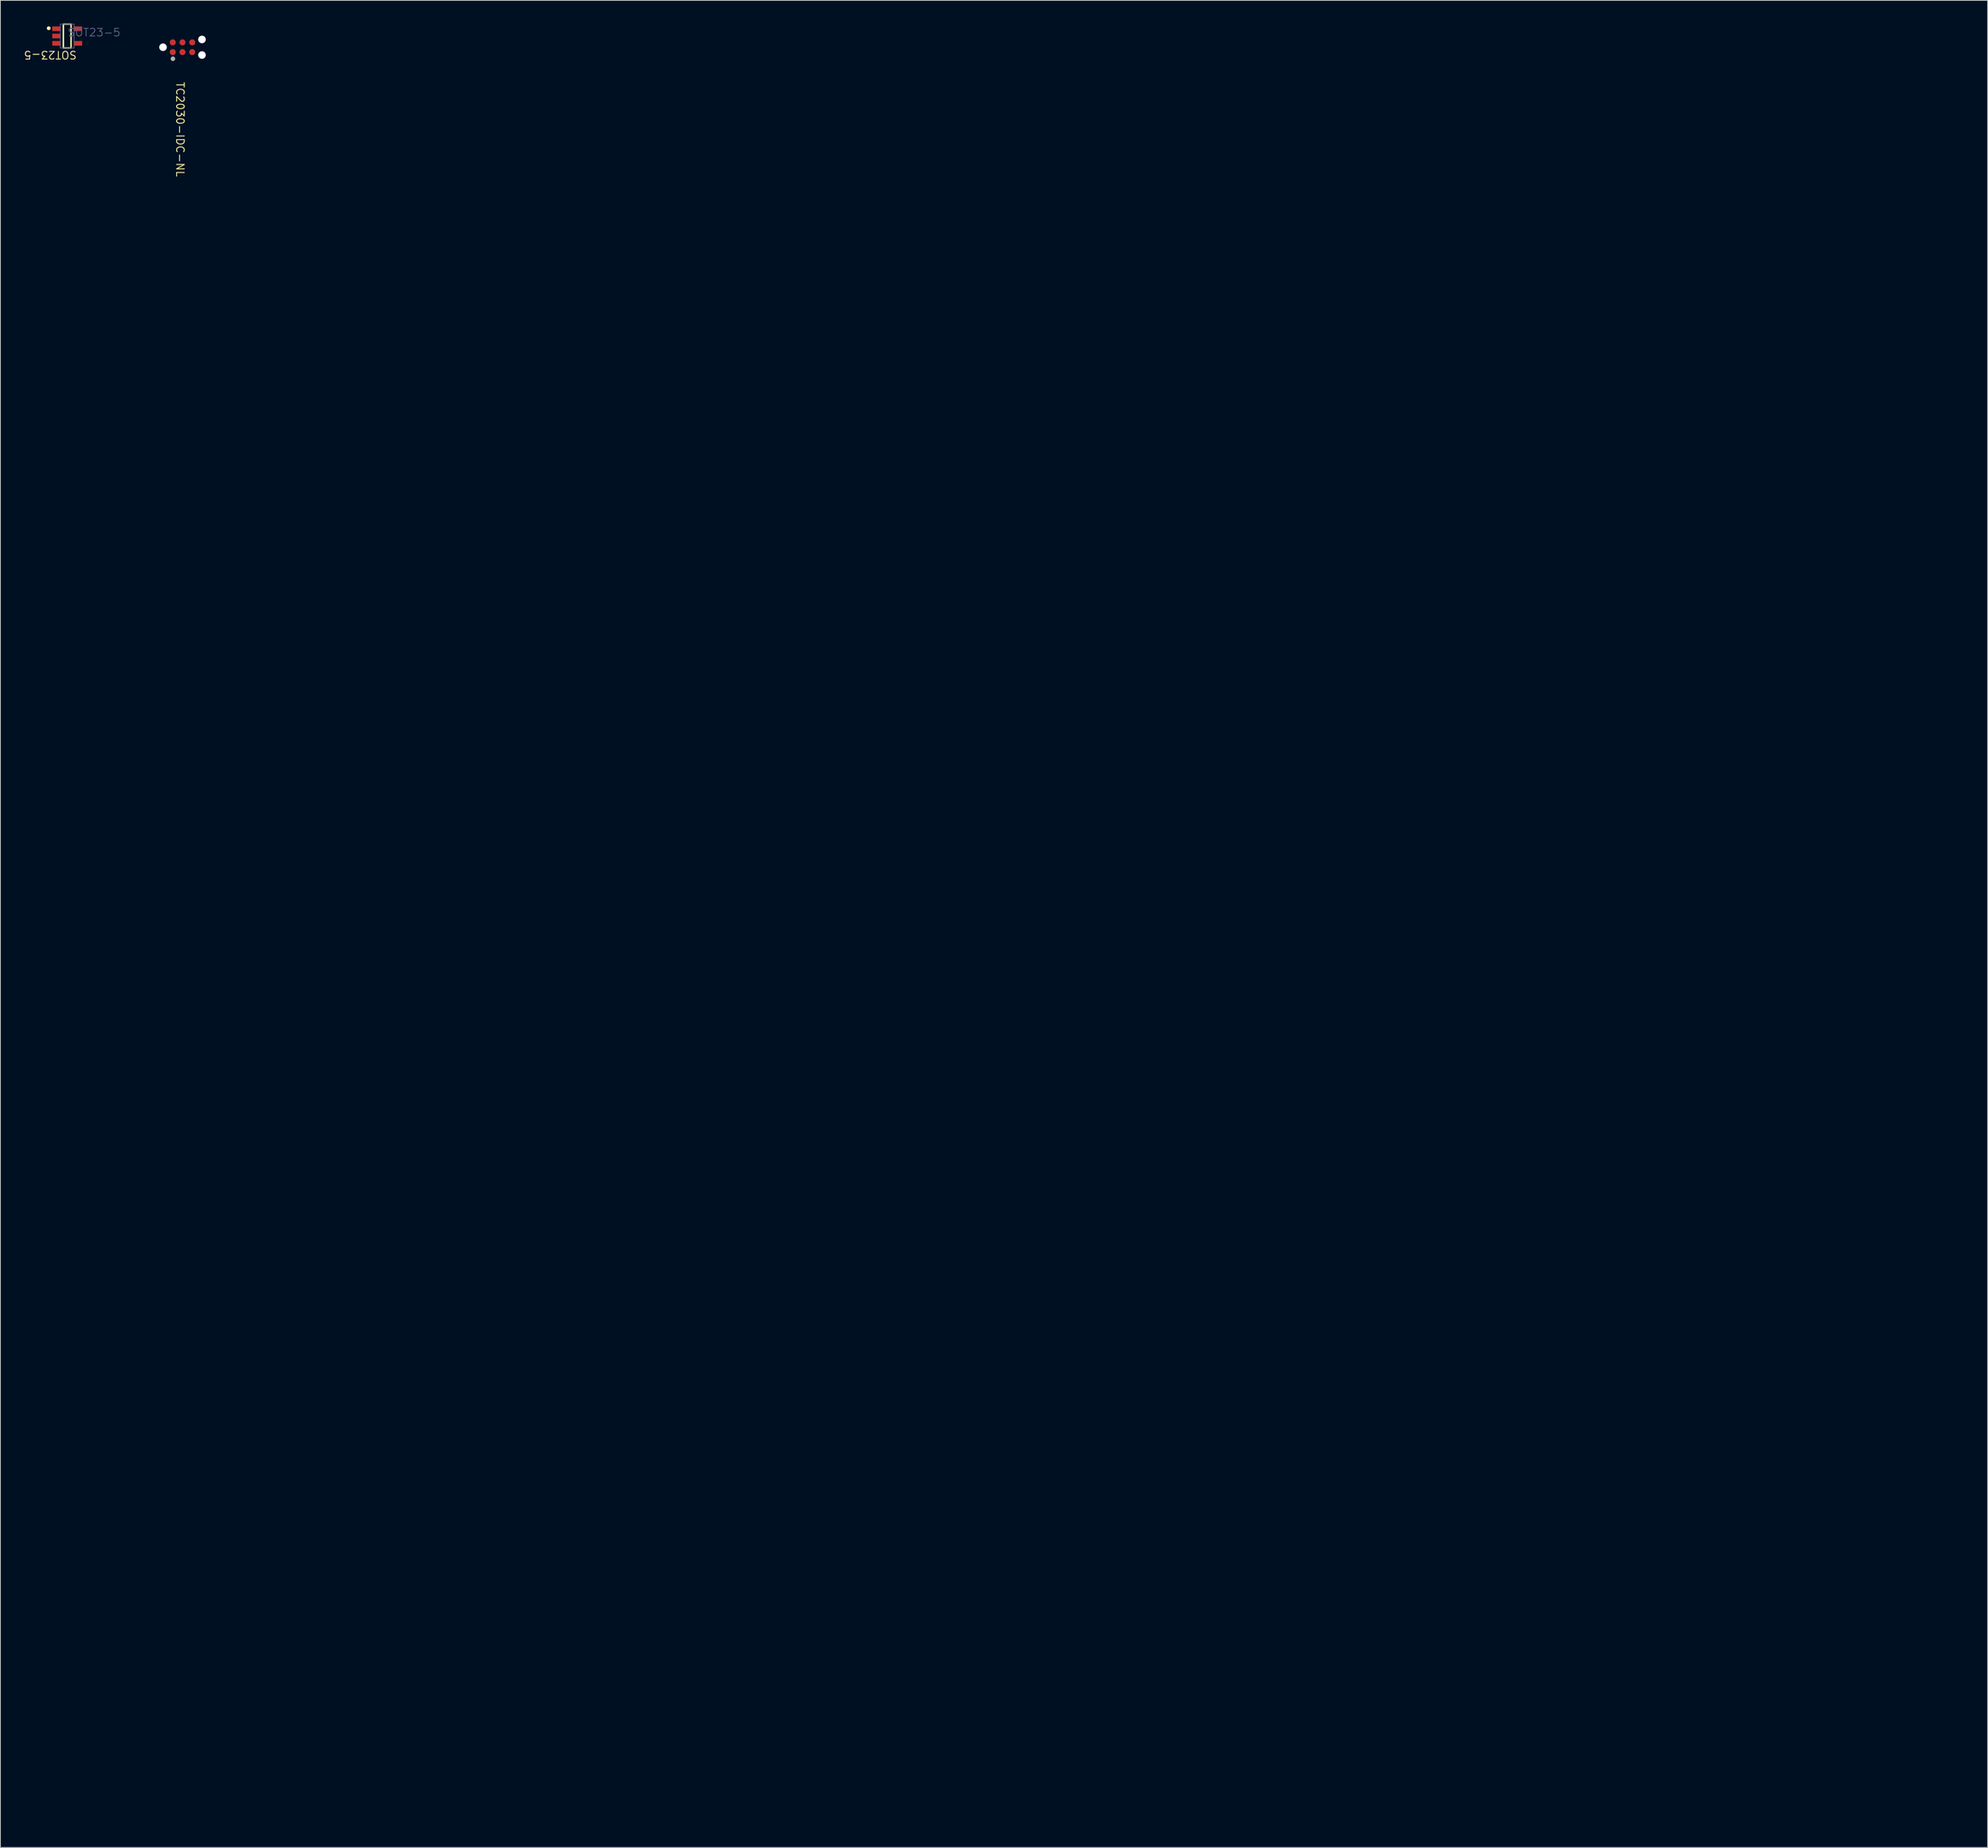
<source format=kicad_pcb>
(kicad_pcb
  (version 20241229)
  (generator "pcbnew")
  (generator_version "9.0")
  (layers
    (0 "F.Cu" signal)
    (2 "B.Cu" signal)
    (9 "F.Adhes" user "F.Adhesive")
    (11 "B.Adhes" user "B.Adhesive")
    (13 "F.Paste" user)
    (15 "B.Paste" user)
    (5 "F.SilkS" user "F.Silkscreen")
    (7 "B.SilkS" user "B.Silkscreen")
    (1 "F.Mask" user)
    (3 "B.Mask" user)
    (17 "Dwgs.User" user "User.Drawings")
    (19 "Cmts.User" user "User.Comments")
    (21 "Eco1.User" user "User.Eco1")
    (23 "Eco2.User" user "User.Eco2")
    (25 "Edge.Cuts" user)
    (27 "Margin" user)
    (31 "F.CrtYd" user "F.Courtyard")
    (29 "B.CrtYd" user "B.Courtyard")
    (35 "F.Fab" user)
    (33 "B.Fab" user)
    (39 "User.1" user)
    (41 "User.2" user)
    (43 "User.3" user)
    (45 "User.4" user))
  (footprint "SOT23-5"
    (layer "F.Cu")
    (at 5.713 1.65)
    (property "Reference" "SOT23-5" (at 1.304 1.873 180) (unlocked yes) (layer "F.SilkS") (effects (font (size 1 1) (thickness 0.12)) (justify left bottom)))
    (fp_line (start -0.5 1.55) (end -0.5 -1.55) (stroke (width 0.2) (type solid)) (layer "F.SilkS"))
    (fp_line (start 0.5 -1.55) (end -0.5 -1.55) (stroke (width 0.2) (type solid)) (layer "F.SilkS"))
    (fp_line (start 0.5 1.55) (end -0.5 1.55) (stroke (width 0.2) (type solid)) (layer "F.SilkS"))
    (fp_line (start 0.5 1.55) (end 0.5 -1.55) (stroke (width 0.2) (type solid)) (layer "F.SilkS"))
    (fp_circle (center -2.413 -1.016) (end -2.538 -1.016) (stroke (width 0.25) (type solid)) (fill no) (layer "F.SilkS"))
    (fp_line (start -0.9 1.55) (end -0.9 -1.55) (stroke (width 0.1) (type solid)) (layer "B.Fab"))
    (fp_line (start 0.9 -1.55) (end -0.9 -1.55) (stroke (width 0.1) (type solid)) (layer "B.Fab"))
    (fp_line (start 0.9 1.55) (end -0.9 1.55) (stroke (width 0.1) (type solid)) (layer "B.Fab"))
    (fp_line (start 0.9 1.55) (end 0.9 -1.55) (stroke (width 0.1) (type solid)) (layer "B.Fab"))
    (fp_text user "${REFERENCE}" (at -0.00011 0.123 0) (unlocked yes) (layer "B.Fab") (effects (font (size 1 1) (thickness 0.12)) (justify left bottom)))
    (pad "1" smd rect (at -1.4 -0.95 90) (size 0.6 1.1) (layers "F.Cu" "F.Mask" "F.Paste"))
    (pad "2" smd rect (at -1.4 0 90) (size 0.6 1.1) (layers "F.Cu" "F.Mask" "F.Paste"))
    (pad "3" smd rect (at -1.4 0.95 90) (size 0.6 1.1) (layers "F.Cu" "F.Mask" "F.Paste"))
    (pad "4" smd rect (at 1.4 0.95 90) (size 0.6 1.1) (layers "F.Cu" "F.Mask" "F.Paste"))
    (pad "5" smd rect (at 1.4 -0.95 90) (size 0.6 1.1) (layers "F.Cu" "F.Mask" "F.Paste")))
  (footprint "TC2030-IDC-NL"
    (layer "F.Cu")
    (at 20.747 3.111)
    (property "Reference" "TC2030-IDC-NL" (at -0.893 4.445 270) (unlocked yes) (layer "F.SilkS") (effects (font (size 1 1) (thickness 0.12)) (justify left bottom)))
    (fp_circle (center -1.25 1.5) (end -1.4 1.5) (stroke (width 0.3) (type solid)) (fill no) (layer "F.Fab"))
    (fp_line (start -4.953 -3.048) (end -4.953 3.048) (stroke (width 0.127) (type solid)) (layer "User.1"))
    (fp_line (start -4.953 -3.048) (end -4.953 3.048) (stroke (width 0.127) (type solid)) (layer "User.1"))
    (fp_line (start 4.953 -3.048) (end -4.953 -3.048) (stroke (width 0.127) (type solid)) (layer "User.1"))
    (fp_line (start 4.953 -3.048) (end -4.953 -3.048) (stroke (width 0.127) (type solid)) (layer "User.1"))
    (fp_line (start 4.953 -3.048) (end 4.953 3.048) (stroke (width 0.127) (type solid)) (layer "User.1"))
    (fp_line (start 4.953 -3.048) (end 4.953 3.048) (stroke (width 0.127) (type solid)) (layer "User.1"))
    (fp_line (start 4.953 3.048) (end -4.953 3.048) (stroke (width 0.127) (type solid)) (layer "User.1"))
    (fp_line (start 4.953 3.048) (end -4.953 3.048) (stroke (width 0.127) (type solid)) (layer "User.1"))
    (fp_circle (center -1.25 3.75) (end -1.4 3.75) (stroke (width 0.3) (type solid)) (fill no) (layer "User.1"))
    (pad "" np_thru_hole circle (at -2.54 0 180) (size 0.991 0.991) (drill 0.991) (layers "*.Cu" "*.Mask"))
    (pad "" np_thru_hole circle (at 2.54 -1.016 180) (size 0.991 0.991) (drill 0.991) (layers "*.Cu" "*.Mask"))
    (pad "" np_thru_hole circle (at 2.54 1.016 180) (size 0.991 0.991) (drill 0.991) (layers "*.Cu" "*.Mask"))
    (pad "1" smd circle (at -1.27 0.635 180) (size 0.787 0.787) (layers "F.Cu" "F.Mask" "F.Paste"))
    (pad "2" smd circle (at -1.27 -0.635 180) (size 0.787 0.787) (layers "F.Cu" "F.Mask" "F.Paste"))
    (pad "3" smd circle (at 0 0.635 180) (size 0.787 0.787) (layers "F.Cu" "F.Mask" "F.Paste"))
    (pad "4" smd circle (at 0 -0.635 180) (size 0.787 0.787) (layers "F.Cu" "F.Mask" "F.Paste"))
    (pad "5" smd circle (at 1.27 0.635 180) (size 0.787 0.787) (layers "F.Cu" "F.Mask" "F.Paste"))
    (pad "6" smd circle (at 1.27 -0.635 180) (size 0.787 0.787) (layers "F.Cu" "F.Mask" "F.Paste"))
    (zone (net_name "") (layer "F.Cu") (hatch edge 0.5) (connect_pads) (min_thickness 0.25) (filled_areas_thickness no) (keepout (tracks allowed) (vias allowed) (pads allowed) (copperpour not_allowed) (footprints allowed)) (placement (enabled no)) (fill) (polygon (pts (xy 253.134 234.862) (xy 250.592 234.862) (xy 250.592 233.592) (xy 250.593 233.592) (xy 253.134 233.592)))))
  (gr_rect
    (start -3 -3)
    (end 256.134 237.862)
    (stroke (width 0.1) (type default))
    (fill no)
    (layer "Edge.Cuts")))
</source>
